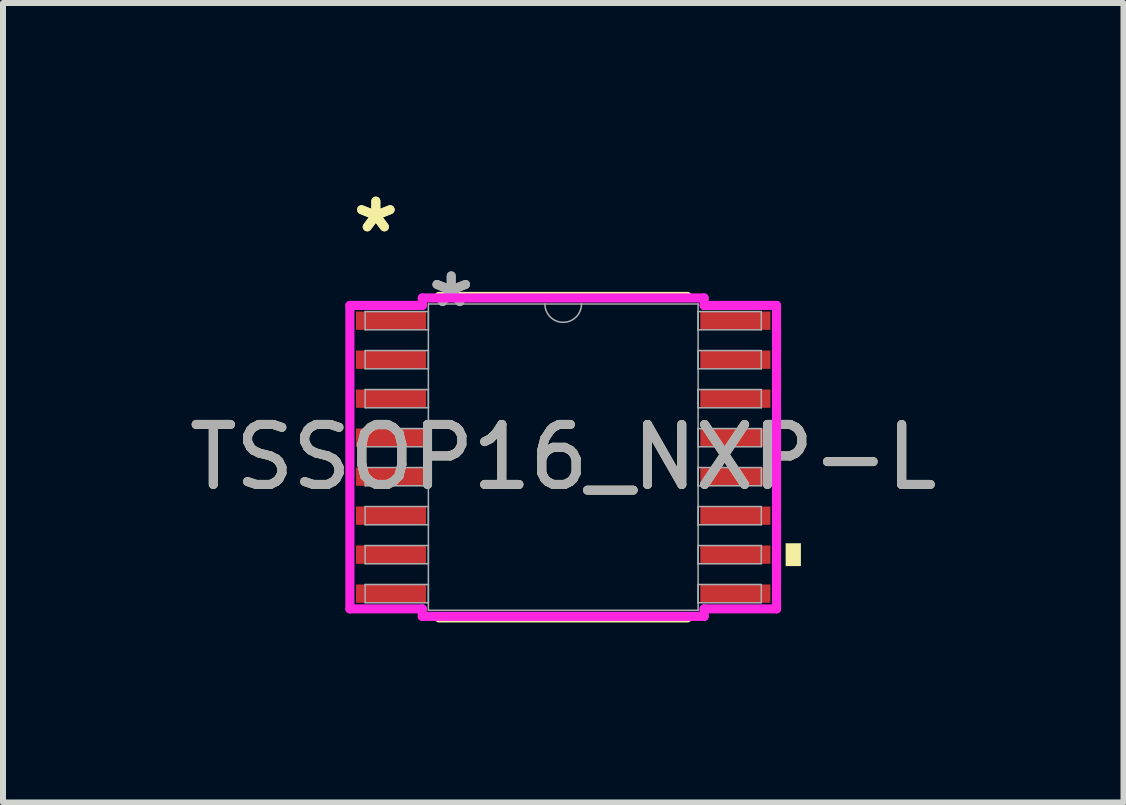
<source format=kicad_pcb>
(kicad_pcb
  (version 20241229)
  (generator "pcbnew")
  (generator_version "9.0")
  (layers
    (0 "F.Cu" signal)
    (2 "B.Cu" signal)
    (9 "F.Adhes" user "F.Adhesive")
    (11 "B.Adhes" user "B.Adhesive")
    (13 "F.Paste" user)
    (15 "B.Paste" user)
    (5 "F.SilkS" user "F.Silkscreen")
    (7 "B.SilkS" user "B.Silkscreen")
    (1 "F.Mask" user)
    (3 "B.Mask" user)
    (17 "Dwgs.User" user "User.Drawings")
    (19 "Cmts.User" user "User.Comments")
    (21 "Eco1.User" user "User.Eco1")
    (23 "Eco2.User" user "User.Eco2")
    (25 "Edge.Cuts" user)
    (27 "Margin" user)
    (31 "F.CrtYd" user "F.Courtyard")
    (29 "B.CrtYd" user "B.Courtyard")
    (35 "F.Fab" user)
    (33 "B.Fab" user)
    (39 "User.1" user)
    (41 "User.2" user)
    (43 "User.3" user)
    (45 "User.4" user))
  (footprint "TSSOP16_NXP-L"
    (layer "F.Cu")
    (at 6.339 4.571)
    (property "Reference" "TSSOP16_NXP-L" (at 0 0 0) (unlocked yes) (layer "F.SilkS") (effects (font (size 1 1) (thickness 0.15))))
    (attr smd)
    (fp_line (start -2.069 2.68) (end 2.069 2.68) (stroke (width 0.152) (type solid)) (layer "F.SilkS"))
    (fp_line (start 2.069 -2.68) (end -2.069 -2.68) (stroke (width 0.152) (type solid)) (layer "F.SilkS"))
    (fp_poly (pts (xy 3.962 1.435) (xy 3.962 1.816) (xy 3.708 1.816) (xy 3.708 1.435)) (stroke (width 0) (type solid)) (fill yes) (layer "F.SilkS"))
    (fp_line (start -3.556 -2.529) (end -2.349 -2.529) (stroke (width 0.152) (type solid)) (layer "F.CrtYd"))
    (fp_line (start -3.556 2.529) (end -3.556 -2.529) (stroke (width 0.152) (type solid)) (layer "F.CrtYd"))
    (fp_line (start -3.556 2.529) (end -2.349 2.529) (stroke (width 0.152) (type solid)) (layer "F.CrtYd"))
    (fp_line (start -2.349 -2.654) (end 2.349 -2.654) (stroke (width 0.152) (type solid)) (layer "F.CrtYd"))
    (fp_line (start -2.349 -2.529) (end -2.349 -2.654) (stroke (width 0.152) (type solid)) (layer "F.CrtYd"))
    (fp_line (start -2.349 2.654) (end -2.349 2.529) (stroke (width 0.152) (type solid)) (layer "F.CrtYd"))
    (fp_line (start 2.349 -2.654) (end 2.349 -2.529) (stroke (width 0.152) (type solid)) (layer "F.CrtYd"))
    (fp_line (start 2.349 2.529) (end 2.349 2.654) (stroke (width 0.152) (type solid)) (layer "F.CrtYd"))
    (fp_line (start 2.349 2.654) (end -2.349 2.654) (stroke (width 0.152) (type solid)) (layer "F.CrtYd"))
    (fp_line (start 3.556 -2.529) (end 2.349 -2.529) (stroke (width 0.152) (type solid)) (layer "F.CrtYd"))
    (fp_line (start 3.556 -2.529) (end 3.556 2.529) (stroke (width 0.152) (type solid)) (layer "F.CrtYd"))
    (fp_line (start 3.556 2.529) (end 2.349 2.529) (stroke (width 0.152) (type solid)) (layer "F.CrtYd"))
    (fp_line (start -3.302 -2.427) (end -3.302 -2.123) (stroke (width 0.025) (type solid)) (layer "F.Fab"))
    (fp_line (start -3.302 -2.123) (end -2.248 -2.123) (stroke (width 0.025) (type solid)) (layer "F.Fab"))
    (fp_line (start -3.302 -1.777) (end -3.302 -1.473) (stroke (width 0.025) (type solid)) (layer "F.Fab"))
    (fp_line (start -3.302 -1.473) (end -2.248 -1.473) (stroke (width 0.025) (type solid)) (layer "F.Fab"))
    (fp_line (start -3.302 -1.127) (end -3.302 -0.823) (stroke (width 0.025) (type solid)) (layer "F.Fab"))
    (fp_line (start -3.302 -0.823) (end -2.248 -0.823) (stroke (width 0.025) (type solid)) (layer "F.Fab"))
    (fp_line (start -3.302 -0.477) (end -3.302 -0.173) (stroke (width 0.025) (type solid)) (layer "F.Fab"))
    (fp_line (start -3.302 -0.173) (end -2.248 -0.173) (stroke (width 0.025) (type solid)) (layer "F.Fab"))
    (fp_line (start -3.302 0.173) (end -3.302 0.477) (stroke (width 0.025) (type solid)) (layer "F.Fab"))
    (fp_line (start -3.302 0.477) (end -2.248 0.477) (stroke (width 0.025) (type solid)) (layer "F.Fab"))
    (fp_line (start -3.302 0.823) (end -3.302 1.127) (stroke (width 0.025) (type solid)) (layer "F.Fab"))
    (fp_line (start -3.302 1.127) (end -2.248 1.127) (stroke (width 0.025) (type solid)) (layer "F.Fab"))
    (fp_line (start -3.302 1.473) (end -3.302 1.777) (stroke (width 0.025) (type solid)) (layer "F.Fab"))
    (fp_line (start -3.302 1.777) (end -2.248 1.777) (stroke (width 0.025) (type solid)) (layer "F.Fab"))
    (fp_line (start -3.302 2.123) (end -3.302 2.427) (stroke (width 0.025) (type solid)) (layer "F.Fab"))
    (fp_line (start -3.302 2.427) (end -2.248 2.427) (stroke (width 0.025) (type solid)) (layer "F.Fab"))
    (fp_line (start -2.248 -2.553) (end -2.248 2.553) (stroke (width 0.025) (type solid)) (layer "F.Fab"))
    (fp_line (start -2.248 -2.427) (end -3.302 -2.427) (stroke (width 0.025) (type solid)) (layer "F.Fab"))
    (fp_line (start -2.248 -2.123) (end -2.248 -2.427) (stroke (width 0.025) (type solid)) (layer "F.Fab"))
    (fp_line (start -2.248 -1.777) (end -3.302 -1.777) (stroke (width 0.025) (type solid)) (layer "F.Fab"))
    (fp_line (start -2.248 -1.473) (end -2.248 -1.777) (stroke (width 0.025) (type solid)) (layer "F.Fab"))
    (fp_line (start -2.248 -1.127) (end -3.302 -1.127) (stroke (width 0.025) (type solid)) (layer "F.Fab"))
    (fp_line (start -2.248 -0.823) (end -2.248 -1.127) (stroke (width 0.025) (type solid)) (layer "F.Fab"))
    (fp_line (start -2.248 -0.477) (end -3.302 -0.477) (stroke (width 0.025) (type solid)) (layer "F.Fab"))
    (fp_line (start -2.248 -0.173) (end -2.248 -0.477) (stroke (width 0.025) (type solid)) (layer "F.Fab"))
    (fp_line (start -2.248 0.173) (end -3.302 0.173) (stroke (width 0.025) (type solid)) (layer "F.Fab"))
    (fp_line (start -2.248 0.477) (end -2.248 0.173) (stroke (width 0.025) (type solid)) (layer "F.Fab"))
    (fp_line (start -2.248 0.823) (end -3.302 0.823) (stroke (width 0.025) (type solid)) (layer "F.Fab"))
    (fp_line (start -2.248 1.127) (end -2.248 0.823) (stroke (width 0.025) (type solid)) (layer "F.Fab"))
    (fp_line (start -2.248 1.473) (end -3.302 1.473) (stroke (width 0.025) (type solid)) (layer "F.Fab"))
    (fp_line (start -2.248 1.777) (end -2.248 1.473) (stroke (width 0.025) (type solid)) (layer "F.Fab"))
    (fp_line (start -2.248 2.123) (end -3.302 2.123) (stroke (width 0.025) (type solid)) (layer "F.Fab"))
    (fp_line (start -2.248 2.427) (end -2.248 2.123) (stroke (width 0.025) (type solid)) (layer "F.Fab"))
    (fp_line (start -2.248 2.553) (end 2.248 2.553) (stroke (width 0.025) (type solid)) (layer "F.Fab"))
    (fp_line (start 2.248 -2.553) (end -2.248 -2.553) (stroke (width 0.025) (type solid)) (layer "F.Fab"))
    (fp_line (start 2.248 -2.427) (end 2.248 -2.123) (stroke (width 0.025) (type solid)) (layer "F.Fab"))
    (fp_line (start 2.248 -2.123) (end 3.302 -2.123) (stroke (width 0.025) (type solid)) (layer "F.Fab"))
    (fp_line (start 2.248 -1.777) (end 2.248 -1.473) (stroke (width 0.025) (type solid)) (layer "F.Fab"))
    (fp_line (start 2.248 -1.473) (end 3.302 -1.473) (stroke (width 0.025) (type solid)) (layer "F.Fab"))
    (fp_line (start 2.248 -1.127) (end 2.248 -0.823) (stroke (width 0.025) (type solid)) (layer "F.Fab"))
    (fp_line (start 2.248 -0.823) (end 3.302 -0.823) (stroke (width 0.025) (type solid)) (layer "F.Fab"))
    (fp_line (start 2.248 -0.477) (end 2.248 -0.173) (stroke (width 0.025) (type solid)) (layer "F.Fab"))
    (fp_line (start 2.248 -0.173) (end 3.302 -0.173) (stroke (width 0.025) (type solid)) (layer "F.Fab"))
    (fp_line (start 2.248 0.173) (end 2.248 0.477) (stroke (width 0.025) (type solid)) (layer "F.Fab"))
    (fp_line (start 2.248 0.477) (end 3.302 0.477) (stroke (width 0.025) (type solid)) (layer "F.Fab"))
    (fp_line (start 2.248 0.823) (end 2.248 1.127) (stroke (width 0.025) (type solid)) (layer "F.Fab"))
    (fp_line (start 2.248 1.127) (end 3.302 1.127) (stroke (width 0.025) (type solid)) (layer "F.Fab"))
    (fp_line (start 2.248 1.473) (end 2.248 1.777) (stroke (width 0.025) (type solid)) (layer "F.Fab"))
    (fp_line (start 2.248 1.777) (end 3.302 1.777) (stroke (width 0.025) (type solid)) (layer "F.Fab"))
    (fp_line (start 2.248 2.123) (end 2.248 2.427) (stroke (width 0.025) (type solid)) (layer "F.Fab"))
    (fp_line (start 2.248 2.427) (end 3.302 2.427) (stroke (width 0.025) (type solid)) (layer "F.Fab"))
    (fp_line (start 2.248 2.553) (end 2.248 -2.553) (stroke (width 0.025) (type solid)) (layer "F.Fab"))
    (fp_line (start 3.302 -2.427) (end 2.248 -2.427) (stroke (width 0.025) (type solid)) (layer "F.Fab"))
    (fp_line (start 3.302 -2.123) (end 3.302 -2.427) (stroke (width 0.025) (type solid)) (layer "F.Fab"))
    (fp_line (start 3.302 -1.777) (end 2.248 -1.777) (stroke (width 0.025) (type solid)) (layer "F.Fab"))
    (fp_line (start 3.302 -1.473) (end 3.302 -1.777) (stroke (width 0.025) (type solid)) (layer "F.Fab"))
    (fp_line (start 3.302 -1.127) (end 2.248 -1.127) (stroke (width 0.025) (type solid)) (layer "F.Fab"))
    (fp_line (start 3.302 -0.823) (end 3.302 -1.127) (stroke (width 0.025) (type solid)) (layer "F.Fab"))
    (fp_line (start 3.302 -0.477) (end 2.248 -0.477) (stroke (width 0.025) (type solid)) (layer "F.Fab"))
    (fp_line (start 3.302 -0.173) (end 3.302 -0.477) (stroke (width 0.025) (type solid)) (layer "F.Fab"))
    (fp_line (start 3.302 0.173) (end 2.248 0.173) (stroke (width 0.025) (type solid)) (layer "F.Fab"))
    (fp_line (start 3.302 0.477) (end 3.302 0.173) (stroke (width 0.025) (type solid)) (layer "F.Fab"))
    (fp_line (start 3.302 0.823) (end 2.248 0.823) (stroke (width 0.025) (type solid)) (layer "F.Fab"))
    (fp_line (start 3.302 1.127) (end 3.302 0.823) (stroke (width 0.025) (type solid)) (layer "F.Fab"))
    (fp_line (start 3.302 1.473) (end 2.248 1.473) (stroke (width 0.025) (type solid)) (layer "F.Fab"))
    (fp_line (start 3.302 1.777) (end 3.302 1.473) (stroke (width 0.025) (type solid)) (layer "F.Fab"))
    (fp_line (start 3.302 2.123) (end 2.248 2.123) (stroke (width 0.025) (type solid)) (layer "F.Fab"))
    (fp_line (start 3.302 2.427) (end 3.302 2.123) (stroke (width 0.025) (type solid)) (layer "F.Fab"))
    (fp_arc (start 0.3048 -2.5527) (mid 0 -2.2479) (end -0.3048 -2.5527) (stroke (width 0.0254) (type solid)) (layer "F.Fab"))
    (fp_text user "*" (at -3.124 -3.723 0) (unlocked yes) (layer "F.SilkS") (effects (font (size 1 1) (thickness 0.15))))
    (fp_text user "*" (at -3.124 -3.723 0) (layer "F.SilkS") (effects (font (size 1 1) (thickness 0.15))))
    (fp_text user "*" (at -1.867 -2.477 0) (layer "F.Fab") (effects (font (size 1 1) (thickness 0.15))))
    (fp_text user "*" (at -1.867 -2.477 0) (unlocked yes) (layer "F.Fab") (effects (font (size 1 1) (thickness 0.15))))
    (fp_text user "${REFERENCE}" (at 0 0 0) (unlocked yes) (layer "F.Fab") (effects (font (size 1 1) (thickness 0.15))))
    (pad "1" smd rect (at -2.87 -2.275) (size 1.168 0.305) (layers "F.Cu" "F.Mask" "F.Paste"))
    (pad "2" smd rect (at -2.87 -1.625) (size 1.168 0.305) (layers "F.Cu" "F.Mask" "F.Paste"))
    (pad "3" smd rect (at -2.87 -0.975) (size 1.168 0.305) (layers "F.Cu" "F.Mask" "F.Paste"))
    (pad "4" smd rect (at -2.87 -0.325) (size 1.168 0.305) (layers "F.Cu" "F.Mask" "F.Paste"))
    (pad "5" smd rect (at -2.87 0.325) (size 1.168 0.305) (layers "F.Cu" "F.Mask" "F.Paste"))
    (pad "6" smd rect (at -2.87 0.975) (size 1.168 0.305) (layers "F.Cu" "F.Mask" "F.Paste"))
    (pad "7" smd rect (at -2.87 1.625) (size 1.168 0.305) (layers "F.Cu" "F.Mask" "F.Paste"))
    (pad "8" smd rect (at -2.87 2.275) (size 1.168 0.305) (layers "F.Cu" "F.Mask" "F.Paste"))
    (pad "9" smd rect (at 2.87 2.275) (size 1.168 0.305) (layers "F.Cu" "F.Mask" "F.Paste"))
    (pad "10" smd rect (at 2.87 1.625) (size 1.168 0.305) (layers "F.Cu" "F.Mask" "F.Paste"))
    (pad "11" smd rect (at 2.87 0.975) (size 1.168 0.305) (layers "F.Cu" "F.Mask" "F.Paste"))
    (pad "12" smd rect (at 2.87 0.325) (size 1.168 0.305) (layers "F.Cu" "F.Mask" "F.Paste"))
    (pad "13" smd rect (at 2.87 -0.325) (size 1.168 0.305) (layers "F.Cu" "F.Mask" "F.Paste"))
    (pad "14" smd rect (at 2.87 -0.975) (size 1.168 0.305) (layers "F.Cu" "F.Mask" "F.Paste"))
    (pad "15" smd rect (at 2.87 -1.625) (size 1.168 0.305) (layers "F.Cu" "F.Mask" "F.Paste"))
    (pad "16" smd rect (at 2.87 -2.275) (size 1.168 0.305) (layers "F.Cu" "F.Mask" "F.Paste")))
  (gr_rect
    (start -3 -3)
    (end 15.679 10.327)
    (stroke (width 0.1) (type default))
    (fill no)
    (layer "Edge.Cuts")))
</source>
